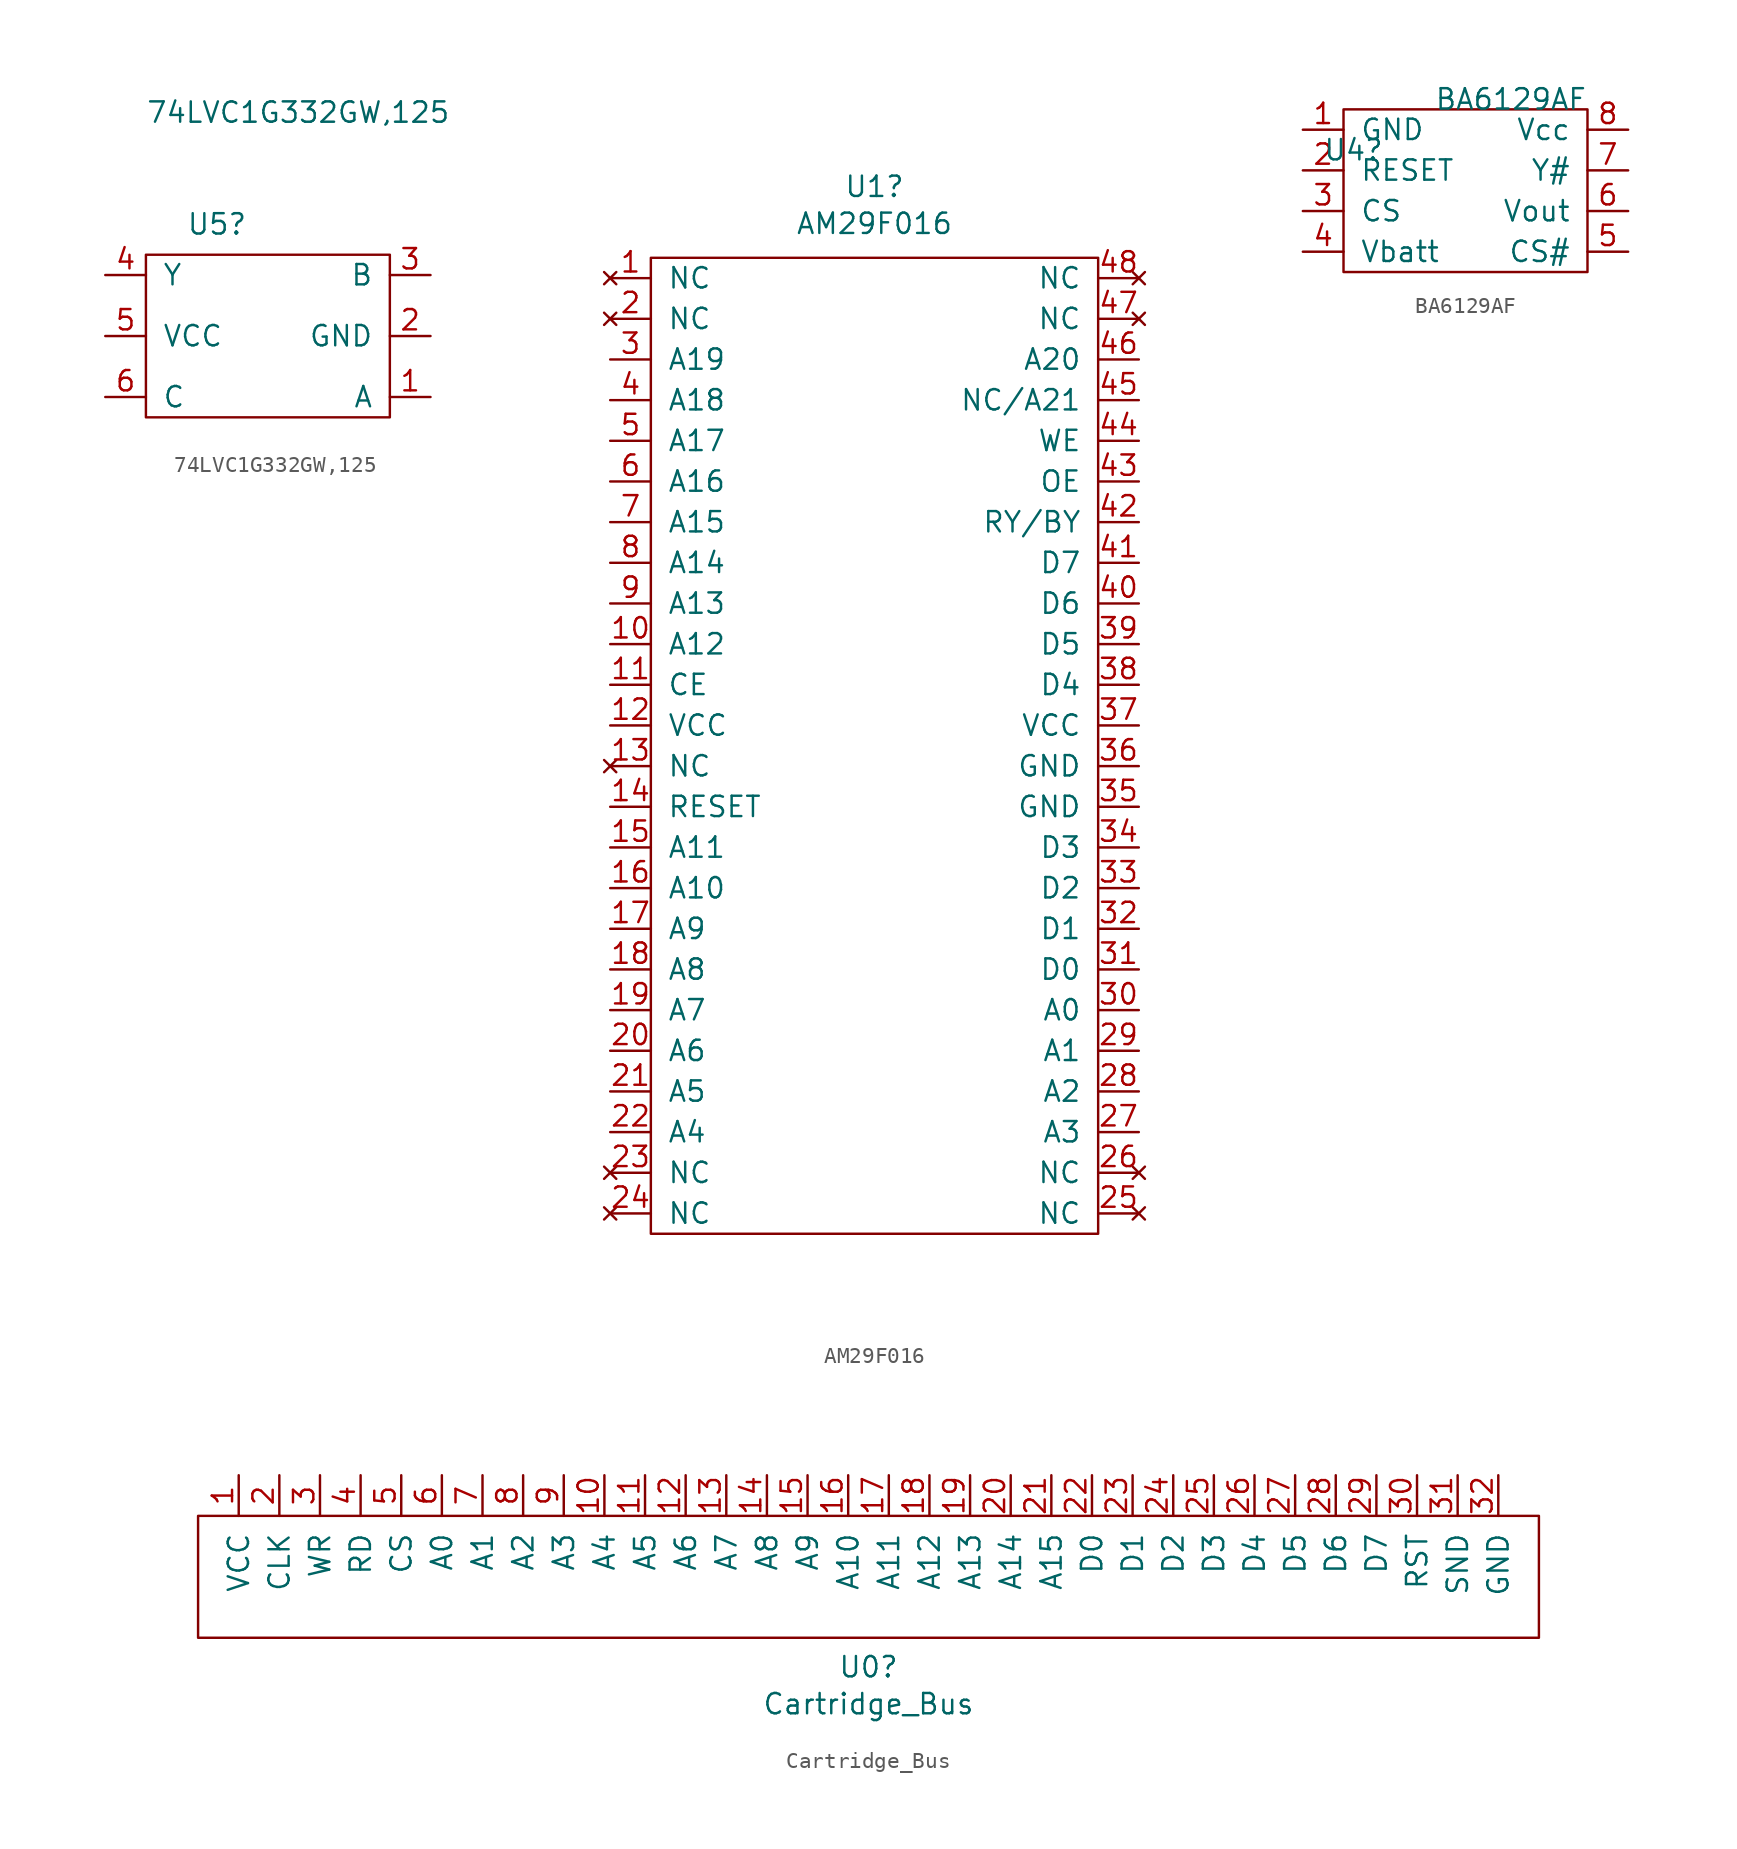
<source format=kicad_sym>
(kicad_symbol_lib
  (version 20211014)
  (generator kicad_symbol_editor)
  (symbol "74LVC1G332GW,125"
    (pin_names
      (offset 1.016))
    (property "Reference" "U5"
      (at -1.27 1.905 0)
      (effects (font (size 1.27 1.27)) (justify right)))
    (property "Value" "74LVC1G332GW,125"
      (at 11.43 8.89 0)
      (effects (font (size 1.27 1.27)) (justify right)))
    (symbol "74LVC1G332GW,125_0_1"
      (rectangle (start -7.62 0) (end 7.62 -10.16) (stroke (width 0) (type default) (color 0 0 0 0)) (fill (type none))))
    (symbol "74LVC1G332GW,125_1_1"
      (pin unspecified line (at 10.16 -8.89 180) (length 2.54) (name "A" (effects (font (size 1.27 1.27)))) (number "1" (effects (font (size 1.27 1.27)))))
      (pin unspecified line (at 10.16 -5.08 180) (length 2.54) (name "GND" (effects (font (size 1.27 1.27)))) (number "2" (effects (font (size 1.27 1.27)))))
      (pin unspecified line (at 10.16 -1.27 180) (length 2.54) (name "B" (effects (font (size 1.27 1.27)))) (number "3" (effects (font (size 1.27 1.27)))))
      (pin unspecified line (at -10.16 -1.27 0) (length 2.54) (name "Y" (effects (font (size 1.27 1.27)))) (number "4" (effects (font (size 1.27 1.27)))))
      (pin unspecified line (at -10.16 -5.08 0) (length 2.54) (name "VCC" (effects (font (size 1.27 1.27)))) (number "5" (effects (font (size 1.27 1.27)))))
      (pin unspecified line (at -10.16 -8.89 0) (length 2.54) (name "C" (effects (font (size 1.27 1.27)))) (number "6" (effects (font (size 1.27 1.27)))))))
  (symbol "AM29F016"
    (pin_names
      (offset 1.016))
    (property "Reference" "U1"
      (at 1.27 3.175 0)
      (effects (font (size 1.27 1.27))))
    (property "Value" "AM29F016"
      (at 1.27 0.864 0)
      (effects (font (size 1.27 1.27))))
    (symbol "AM29F016_1_1"
      (rectangle (start 15.24 -62.23) (end -12.7 -1.27) (stroke (width 0) (type default) (color 0 0 0 0)) (fill (type none)))
      (pin no_connect line (at -15.24 -2.54 0) (length 2.54) (name "NC" (effects (font (size 1.27 1.27)))) (number "1" (effects (font (size 1.27 1.27)))))
      (pin unspecified line (at -15.24 -25.4 0) (length 2.54) (name "A12" (effects (font (size 1.27 1.27)))) (number "10" (effects (font (size 1.27 1.27)))))
      (pin unspecified line (at -15.24 -27.94 0) (length 2.54) (name "CE" (effects (font (size 1.27 1.27)))) (number "11" (effects (font (size 1.27 1.27)))))
      (pin unspecified line (at -15.24 -30.48 0) (length 2.54) (name "VCC" (effects (font (size 1.27 1.27)))) (number "12" (effects (font (size 1.27 1.27)))))
      (pin no_connect line (at -15.24 -33.02 0) (length 2.54) (name "NC" (effects (font (size 1.27 1.27)))) (number "13" (effects (font (size 1.27 1.27)))))
      (pin unspecified line (at -15.24 -35.56 0) (length 2.54) (name "RESET" (effects (font (size 1.27 1.27)))) (number "14" (effects (font (size 1.27 1.27)))))
      (pin unspecified line (at -15.24 -38.1 0) (length 2.54) (name "A11" (effects (font (size 1.27 1.27)))) (number "15" (effects (font (size 1.27 1.27)))))
      (pin unspecified line (at -15.24 -40.64 0) (length 2.54) (name "A10" (effects (font (size 1.27 1.27)))) (number "16" (effects (font (size 1.27 1.27)))))
      (pin unspecified line (at -15.24 -43.18 0) (length 2.54) (name "A9" (effects (font (size 1.27 1.27)))) (number "17" (effects (font (size 1.27 1.27)))))
      (pin unspecified line (at -15.24 -45.72 0) (length 2.54) (name "A8" (effects (font (size 1.27 1.27)))) (number "18" (effects (font (size 1.27 1.27)))))
      (pin unspecified line (at -15.24 -48.26 0) (length 2.54) (name "A7" (effects (font (size 1.27 1.27)))) (number "19" (effects (font (size 1.27 1.27)))))
      (pin no_connect line (at -15.24 -5.08 0) (length 2.54) (name "NC" (effects (font (size 1.27 1.27)))) (number "2" (effects (font (size 1.27 1.27)))))
      (pin unspecified line (at -15.24 -50.8 0) (length 2.54) (name "A6" (effects (font (size 1.27 1.27)))) (number "20" (effects (font (size 1.27 1.27)))))
      (pin unspecified line (at -15.24 -53.34 0) (length 2.54) (name "A5" (effects (font (size 1.27 1.27)))) (number "21" (effects (font (size 1.27 1.27)))))
      (pin unspecified line (at -15.24 -55.88 0) (length 2.54) (name "A4" (effects (font (size 1.27 1.27)))) (number "22" (effects (font (size 1.27 1.27)))))
      (pin no_connect line (at -15.24 -58.42 0) (length 2.54) (name "NC" (effects (font (size 1.27 1.27)))) (number "23" (effects (font (size 1.27 1.27)))))
      (pin no_connect line (at -15.24 -60.96 0) (length 2.54) (name "NC" (effects (font (size 1.27 1.27)))) (number "24" (effects (font (size 1.27 1.27)))))
      (pin no_connect line (at 17.78 -60.96 180) (length 2.54) (name "NC" (effects (font (size 1.27 1.27)))) (number "25" (effects (font (size 1.27 1.27)))))
      (pin no_connect line (at 17.78 -58.42 180) (length 2.54) (name "NC" (effects (font (size 1.27 1.27)))) (number "26" (effects (font (size 1.27 1.27)))))
      (pin unspecified line (at 17.78 -55.88 180) (length 2.54) (name "A3" (effects (font (size 1.27 1.27)))) (number "27" (effects (font (size 1.27 1.27)))))
      (pin unspecified line (at 17.78 -53.34 180) (length 2.54) (name "A2" (effects (font (size 1.27 1.27)))) (number "28" (effects (font (size 1.27 1.27)))))
      (pin unspecified line (at 17.78 -50.8 180) (length 2.54) (name "A1" (effects (font (size 1.27 1.27)))) (number "29" (effects (font (size 1.27 1.27)))))
      (pin unspecified line (at -15.24 -7.62 0) (length 2.54) (name "A19" (effects (font (size 1.27 1.27)))) (number "3" (effects (font (size 1.27 1.27)))))
      (pin unspecified line (at 17.78 -48.26 180) (length 2.54) (name "A0" (effects (font (size 1.27 1.27)))) (number "30" (effects (font (size 1.27 1.27)))))
      (pin unspecified line (at 17.78 -45.72 180) (length 2.54) (name "D0" (effects (font (size 1.27 1.27)))) (number "31" (effects (font (size 1.27 1.27)))))
      (pin unspecified line (at 17.78 -43.18 180) (length 2.54) (name "D1" (effects (font (size 1.27 1.27)))) (number "32" (effects (font (size 1.27 1.27)))))
      (pin unspecified line (at 17.78 -40.64 180) (length 2.54) (name "D2" (effects (font (size 1.27 1.27)))) (number "33" (effects (font (size 1.27 1.27)))))
      (pin unspecified line (at 17.78 -38.1 180) (length 2.54) (name "D3" (effects (font (size 1.27 1.27)))) (number "34" (effects (font (size 1.27 1.27)))))
      (pin unspecified line (at 17.78 -35.56 180) (length 2.54) (name "GND" (effects (font (size 1.27 1.27)))) (number "35" (effects (font (size 1.27 1.27)))))
      (pin unspecified line (at 17.78 -33.02 180) (length 2.54) (name "GND" (effects (font (size 1.27 1.27)))) (number "36" (effects (font (size 1.27 1.27)))))
      (pin unspecified line (at 17.78 -30.48 180) (length 2.54) (name "VCC" (effects (font (size 1.27 1.27)))) (number "37" (effects (font (size 1.27 1.27)))))
      (pin unspecified line (at 17.78 -27.94 180) (length 2.54) (name "D4" (effects (font (size 1.27 1.27)))) (number "38" (effects (font (size 1.27 1.27)))))
      (pin unspecified line (at 17.78 -25.4 180) (length 2.54) (name "D5" (effects (font (size 1.27 1.27)))) (number "39" (effects (font (size 1.27 1.27)))))
      (pin unspecified line (at -15.24 -10.16 0) (length 2.54) (name "A18" (effects (font (size 1.27 1.27)))) (number "4" (effects (font (size 1.27 1.27)))))
      (pin unspecified line (at 17.78 -22.86 180) (length 2.54) (name "D6" (effects (font (size 1.27 1.27)))) (number "40" (effects (font (size 1.27 1.27)))))
      (pin unspecified line (at 17.78 -20.32 180) (length 2.54) (name "D7" (effects (font (size 1.27 1.27)))) (number "41" (effects (font (size 1.27 1.27)))))
      (pin unspecified line (at 17.78 -17.78 180) (length 2.54) (name "RY/BY" (effects (font (size 1.27 1.27)))) (number "42" (effects (font (size 1.27 1.27)))))
      (pin unspecified line (at 17.78 -15.24 180) (length 2.54) (name "OE" (effects (font (size 1.27 1.27)))) (number "43" (effects (font (size 1.27 1.27)))))
      (pin unspecified line (at 17.78 -12.7 180) (length 2.54) (name "WE" (effects (font (size 1.27 1.27)))) (number "44" (effects (font (size 1.27 1.27)))))
      (pin unspecified line (at 17.78 -10.16 180) (length 2.54) (name "NC/A21" (effects (font (size 1.27 1.27)))) (number "45" (effects (font (size 1.27 1.27)))))
      (pin unspecified line (at 17.78 -7.62 180) (length 2.54) (name "A20" (effects (font (size 1.27 1.27)))) (number "46" (effects (font (size 1.27 1.27)))))
      (pin no_connect line (at 17.78 -5.08 180) (length 2.54) (name "NC" (effects (font (size 1.27 1.27)))) (number "47" (effects (font (size 1.27 1.27)))))
      (pin no_connect line (at 17.78 -2.54 180) (length 2.54) (name "NC" (effects (font (size 1.27 1.27)))) (number "48" (effects (font (size 1.27 1.27)))))
      (pin unspecified line (at -15.24 -12.7 0) (length 2.54) (name "A17" (effects (font (size 1.27 1.27)))) (number "5" (effects (font (size 1.27 1.27)))))
      (pin unspecified line (at -15.24 -15.24 0) (length 2.54) (name "A16" (effects (font (size 1.27 1.27)))) (number "6" (effects (font (size 1.27 1.27)))))
      (pin unspecified line (at -15.24 -17.78 0) (length 2.54) (name "A15" (effects (font (size 1.27 1.27)))) (number "7" (effects (font (size 1.27 1.27)))))
      (pin unspecified line (at -15.24 -20.32 0) (length 2.54) (name "A14" (effects (font (size 1.27 1.27)))) (number "8" (effects (font (size 1.27 1.27)))))
      (pin unspecified line (at -15.24 -22.86 0) (length 2.54) (name "A13" (effects (font (size 1.27 1.27)))) (number "9" (effects (font (size 1.27 1.27)))))))
  (symbol "BA6129AF"
    (pin_names
      (offset 1.016))
    (property "Reference" "U4"
      (at -5.08 1.27 0)
      (effects (font (size 1.27 1.27)) (justify right)))
    (property "Value" "BA6129AF"
      (at 7.62 4.445 0)
      (effects (font (size 1.27 1.27)) (justify right)))
    (symbol "BA6129AF_1_1"
      (rectangle (start -7.62 -6.35) (end 7.62 3.81) (stroke (width 0) (type default) (color 0 0 0 0)) (fill (type none)))
      (pin unspecified line (at -10.16 2.54 0) (length 2.54) (name "GND" (effects (font (size 1.27 1.27)))) (number "1" (effects (font (size 1.27 1.27)))))
      (pin unspecified line (at -10.16 0 0) (length 2.54) (name "RESET" (effects (font (size 1.27 1.27)))) (number "2" (effects (font (size 1.27 1.27)))))
      (pin unspecified line (at -10.16 -2.54 0) (length 2.54) (name "CS" (effects (font (size 1.27 1.27)))) (number "3" (effects (font (size 1.27 1.27)))))
      (pin unspecified line (at -10.16 -5.08 0) (length 2.54) (name "Vbatt" (effects (font (size 1.27 1.27)))) (number "4" (effects (font (size 1.27 1.27)))))
      (pin unspecified line (at 10.16 -5.08 180) (length 2.54) (name "CS#" (effects (font (size 1.27 1.27)))) (number "5" (effects (font (size 1.27 1.27)))))
      (pin unspecified line (at 10.16 -2.54 180) (length 2.54) (name "Vout" (effects (font (size 1.27 1.27)))) (number "6" (effects (font (size 1.27 1.27)))))
      (pin unspecified line (at 10.16 0 180) (length 2.54) (name "Y#" (effects (font (size 1.27 1.27)))) (number "7" (effects (font (size 1.27 1.27)))))
      (pin unspecified line (at 10.16 2.54 180) (length 2.54) (name "Vcc" (effects (font (size 1.27 1.27)))) (number "8" (effects (font (size 1.27 1.27)))))))
  (symbol "Cartridge_Bus"
    (pin_names
      (offset 1.016))
    (property "Reference" "U0"
      (at 24.13 -9.449 0)
      (effects (font (size 1.27 1.27))))
    (property "Value" "Cartridge_Bus"
      (at 24.13 -11.76 0)
      (effects (font (size 1.27 1.27))))
    (symbol "Cartridge_Bus_0_1"
      (rectangle (start 66.04 0) (end -17.78 -7.62) (stroke (width 0) (type default) (color 0 0 0 0)) (fill (type none))))
    (symbol "Cartridge_Bus_1_1"
      (pin unspecified line (at -15.24 2.54 270) (length 2.54) (name "VCC" (effects (font (size 1.27 1.27)))) (number "1" (effects (font (size 1.27 1.27)))))
      (pin unspecified line (at 7.62 2.54 270) (length 2.54) (name "A4" (effects (font (size 1.27 1.27)))) (number "10" (effects (font (size 1.27 1.27)))))
      (pin unspecified line (at 10.16 2.54 270) (length 2.54) (name "A5" (effects (font (size 1.27 1.27)))) (number "11" (effects (font (size 1.27 1.27)))))
      (pin unspecified line (at 12.7 2.54 270) (length 2.54) (name "A6" (effects (font (size 1.27 1.27)))) (number "12" (effects (font (size 1.27 1.27)))))
      (pin unspecified line (at 15.24 2.54 270) (length 2.54) (name "A7" (effects (font (size 1.27 1.27)))) (number "13" (effects (font (size 1.27 1.27)))))
      (pin unspecified line (at 17.78 2.54 270) (length 2.54) (name "A8" (effects (font (size 1.27 1.27)))) (number "14" (effects (font (size 1.27 1.27)))))
      (pin unspecified line (at 20.32 2.54 270) (length 2.54) (name "A9" (effects (font (size 1.27 1.27)))) (number "15" (effects (font (size 1.27 1.27)))))
      (pin unspecified line (at 22.86 2.54 270) (length 2.54) (name "A10" (effects (font (size 1.27 1.27)))) (number "16" (effects (font (size 1.27 1.27)))))
      (pin unspecified line (at 25.4 2.54 270) (length 2.54) (name "A11" (effects (font (size 1.27 1.27)))) (number "17" (effects (font (size 1.27 1.27)))))
      (pin unspecified line (at 27.94 2.54 270) (length 2.54) (name "A12" (effects (font (size 1.27 1.27)))) (number "18" (effects (font (size 1.27 1.27)))))
      (pin unspecified line (at 30.48 2.54 270) (length 2.54) (name "A13" (effects (font (size 1.27 1.27)))) (number "19" (effects (font (size 1.27 1.27)))))
      (pin unspecified line (at -12.7 2.54 270) (length 2.54) (name "CLK~{}" (effects (font (size 1.27 1.27)))) (number "2" (effects (font (size 1.27 1.27)))))
      (pin unspecified line (at 33.02 2.54 270) (length 2.54) (name "A14" (effects (font (size 1.27 1.27)))) (number "20" (effects (font (size 1.27 1.27)))))
      (pin unspecified line (at 35.56 2.54 270) (length 2.54) (name "A15" (effects (font (size 1.27 1.27)))) (number "21" (effects (font (size 1.27 1.27)))))
      (pin unspecified line (at 38.1 2.54 270) (length 2.54) (name "D0" (effects (font (size 1.27 1.27)))) (number "22" (effects (font (size 1.27 1.27)))))
      (pin unspecified line (at 40.64 2.54 270) (length 2.54) (name "D1" (effects (font (size 1.27 1.27)))) (number "23" (effects (font (size 1.27 1.27)))))
      (pin unspecified line (at 43.18 2.54 270) (length 2.54) (name "D2" (effects (font (size 1.27 1.27)))) (number "24" (effects (font (size 1.27 1.27)))))
      (pin unspecified line (at 45.72 2.54 270) (length 2.54) (name "D3" (effects (font (size 1.27 1.27)))) (number "25" (effects (font (size 1.27 1.27)))))
      (pin unspecified line (at 48.26 2.54 270) (length 2.54) (name "D4" (effects (font (size 1.27 1.27)))) (number "26" (effects (font (size 1.27 1.27)))))
      (pin unspecified line (at 50.8 2.54 270) (length 2.54) (name "D5" (effects (font (size 1.27 1.27)))) (number "27" (effects (font (size 1.27 1.27)))))
      (pin unspecified line (at 53.34 2.54 270) (length 2.54) (name "D6" (effects (font (size 1.27 1.27)))) (number "28" (effects (font (size 1.27 1.27)))))
      (pin unspecified line (at 55.88 2.54 270) (length 2.54) (name "D7" (effects (font (size 1.27 1.27)))) (number "29" (effects (font (size 1.27 1.27)))))
      (pin unspecified line (at -10.16 2.54 270) (length 2.54) (name "WR" (effects (font (size 1.27 1.27)))) (number "3" (effects (font (size 1.27 1.27)))))
      (pin unspecified line (at 58.42 2.54 270) (length 2.54) (name "RST" (effects (font (size 1.27 1.27)))) (number "30" (effects (font (size 1.27 1.27)))))
      (pin unspecified line (at 60.96 2.54 270) (length 2.54) (name "SND" (effects (font (size 1.27 1.27)))) (number "31" (effects (font (size 1.27 1.27)))))
      (pin unspecified line (at 63.5 2.54 270) (length 2.54) (name "GND" (effects (font (size 1.27 1.27)))) (number "32" (effects (font (size 1.27 1.27)))))
      (pin unspecified line (at -7.62 2.54 270) (length 2.54) (name "RD" (effects (font (size 1.27 1.27)))) (number "4" (effects (font (size 1.27 1.27)))))
      (pin unspecified line (at -5.08 2.54 270) (length 2.54) (name "CS" (effects (font (size 1.27 1.27)))) (number "5" (effects (font (size 1.27 1.27)))))
      (pin unspecified line (at -2.54 2.54 270) (length 2.54) (name "A0" (effects (font (size 1.27 1.27)))) (number "6" (effects (font (size 1.27 1.27)))))
      (pin unspecified line (at 0 2.54 270) (length 2.54) (name "A1" (effects (font (size 1.27 1.27)))) (number "7" (effects (font (size 1.27 1.27)))))
      (pin unspecified line (at 2.54 2.54 270) (length 2.54) (name "A2" (effects (font (size 1.27 1.27)))) (number "8" (effects (font (size 1.27 1.27)))))
      (pin unspecified line (at 5.08 2.54 270) (length 2.54) (name "A3" (effects (font (size 1.27 1.27)))) (number "9" (effects (font (size 1.27 1.27))))))))
</source>
